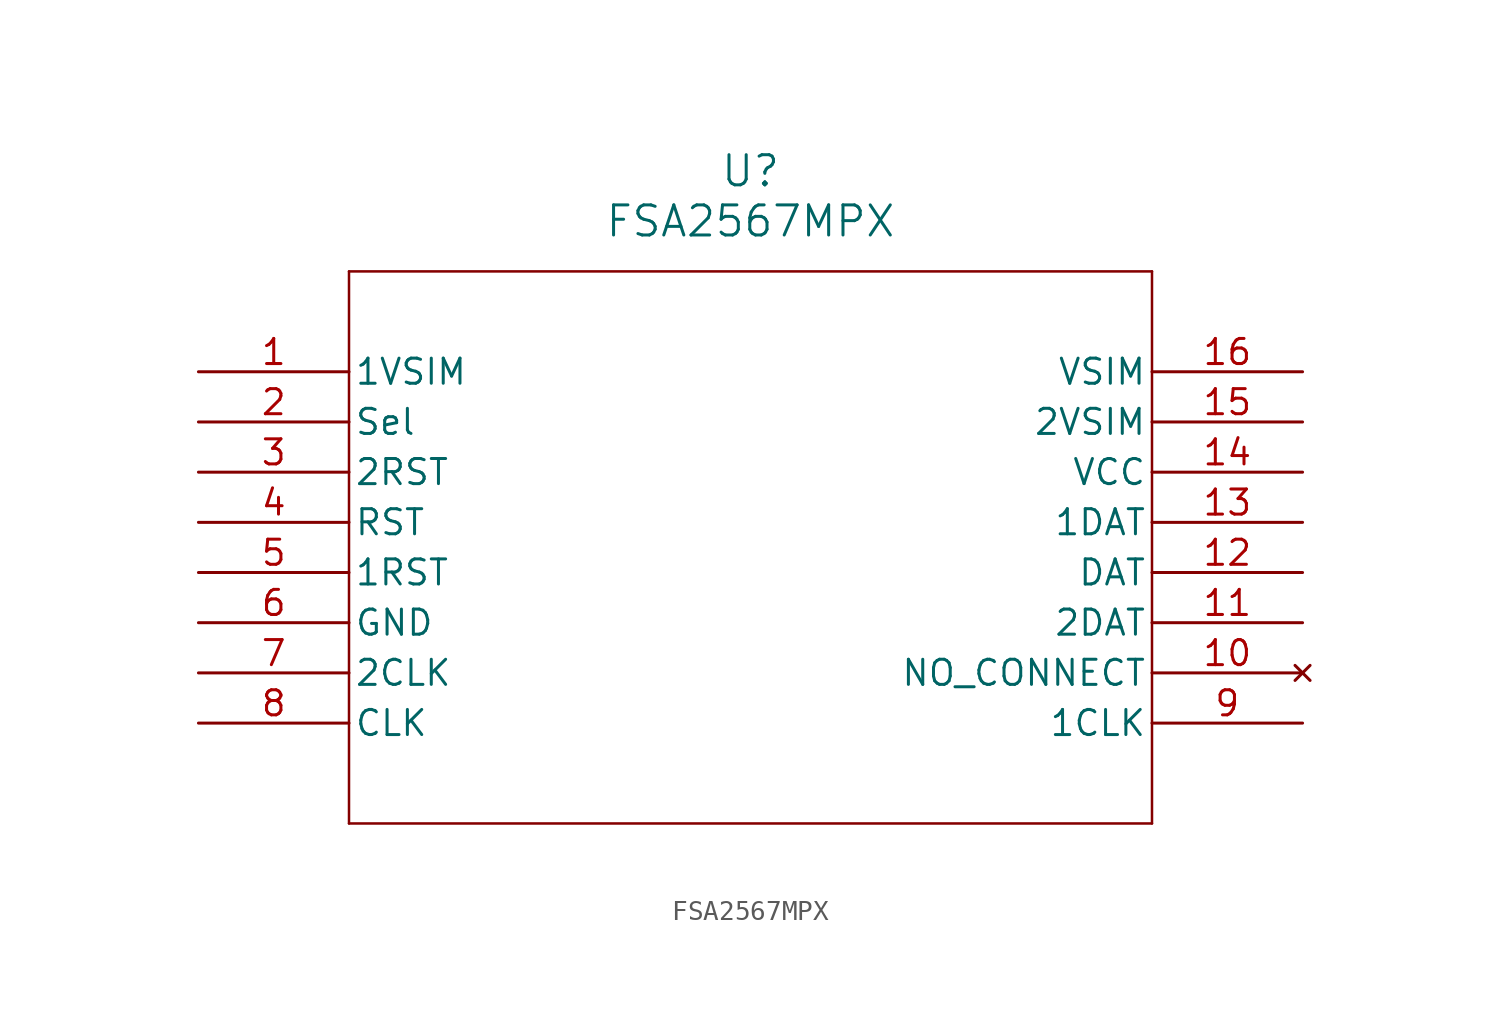
<source format=kicad_sym>
(kicad_symbol_lib
  (version 20211014)
  (generator kicad_symbol_editor)
  (symbol "FSA2567MPX"
    (pin_names
      (offset 0.254))
    (property "Reference" "U"
      (at 27.94 10.16 0)
      (effects (font (size 1.524 1.524))))
    (property "Value" "FSA2567MPX"
      (at 27.94 7.62 0)
      (effects (font (size 1.524 1.524))))
    (symbol "FSA2567MPX_0_1"
      (polyline (pts (xy 7.62 5.08) (xy 7.62 -22.86)) (stroke (width 0.127) (type default) (color 0 0 0 0)) (fill (type none)))
      (polyline (pts (xy 7.62 -22.86) (xy 48.26 -22.86)) (stroke (width 0.127) (type default) (color 0 0 0 0)) (fill (type none)))
      (polyline (pts (xy 48.26 -22.86) (xy 48.26 5.08)) (stroke (width 0.127) (type default) (color 0 0 0 0)) (fill (type none)))
      (polyline (pts (xy 48.26 5.08) (xy 7.62 5.08)) (stroke (width 0.127) (type default) (color 0 0 0 0)) (fill (type none)))
      (pin bidirectional line (at 0 0 0) (length 7.62) (name "1VSIM" (effects (font (size 1.27 1.27)))) (number "1" (effects (font (size 1.27 1.27)))))
      (pin unspecified line (at 0 -2.54 0) (length 7.62) (name "Sel" (effects (font (size 1.27 1.27)))) (number "2" (effects (font (size 1.27 1.27)))))
      (pin bidirectional line (at 0 -5.08 0) (length 7.62) (name "2RST" (effects (font (size 1.27 1.27)))) (number "3" (effects (font (size 1.27 1.27)))))
      (pin unspecified line (at 0 -7.62 0) (length 7.62) (name "RST" (effects (font (size 1.27 1.27)))) (number "4" (effects (font (size 1.27 1.27)))))
      (pin bidirectional line (at 0 -10.16 0) (length 7.62) (name "1RST" (effects (font (size 1.27 1.27)))) (number "5" (effects (font (size 1.27 1.27)))))
      (pin power_out line (at 0 -12.7 0) (length 7.62) (name "GND" (effects (font (size 1.27 1.27)))) (number "6" (effects (font (size 1.27 1.27)))))
      (pin bidirectional line (at 0 -15.24 0) (length 7.62) (name "2CLK" (effects (font (size 1.27 1.27)))) (number "7" (effects (font (size 1.27 1.27)))))
      (pin unspecified line (at 0 -17.78 0) (length 7.62) (name "CLK" (effects (font (size 1.27 1.27)))) (number "8" (effects (font (size 1.27 1.27)))))
      (pin bidirectional line (at 55.88 -17.78 180) (length 7.62) (name "1CLK" (effects (font (size 1.27 1.27)))) (number "9" (effects (font (size 1.27 1.27)))))
      (pin no_connect line (at 55.88 -15.24 180) (length 7.62) (name "NO CONNECT" (effects (font (size 1.27 1.27)))) (number "10" (effects (font (size 1.27 1.27)))))
      (pin bidirectional line (at 55.88 -12.7 180) (length 7.62) (name "2DAT" (effects (font (size 1.27 1.27)))) (number "11" (effects (font (size 1.27 1.27)))))
      (pin unspecified line (at 55.88 -10.16 180) (length 7.62) (name "DAT" (effects (font (size 1.27 1.27)))) (number "12" (effects (font (size 1.27 1.27)))))
      (pin bidirectional line (at 55.88 -7.62 180) (length 7.62) (name "1DAT" (effects (font (size 1.27 1.27)))) (number "13" (effects (font (size 1.27 1.27)))))
      (pin power_in line (at 55.88 -5.08 180) (length 7.62) (name "VCC" (effects (font (size 1.27 1.27)))) (number "14" (effects (font (size 1.27 1.27)))))
      (pin bidirectional line (at 55.88 -2.54 180) (length 7.62) (name "2VSIM" (effects (font (size 1.27 1.27)))) (number "15" (effects (font (size 1.27 1.27)))))
      (pin unspecified line (at 55.88 0 180) (length 7.62) (name "VSIM" (effects (font (size 1.27 1.27)))) (number "16" (effects (font (size 1.27 1.27))))))))
</source>
